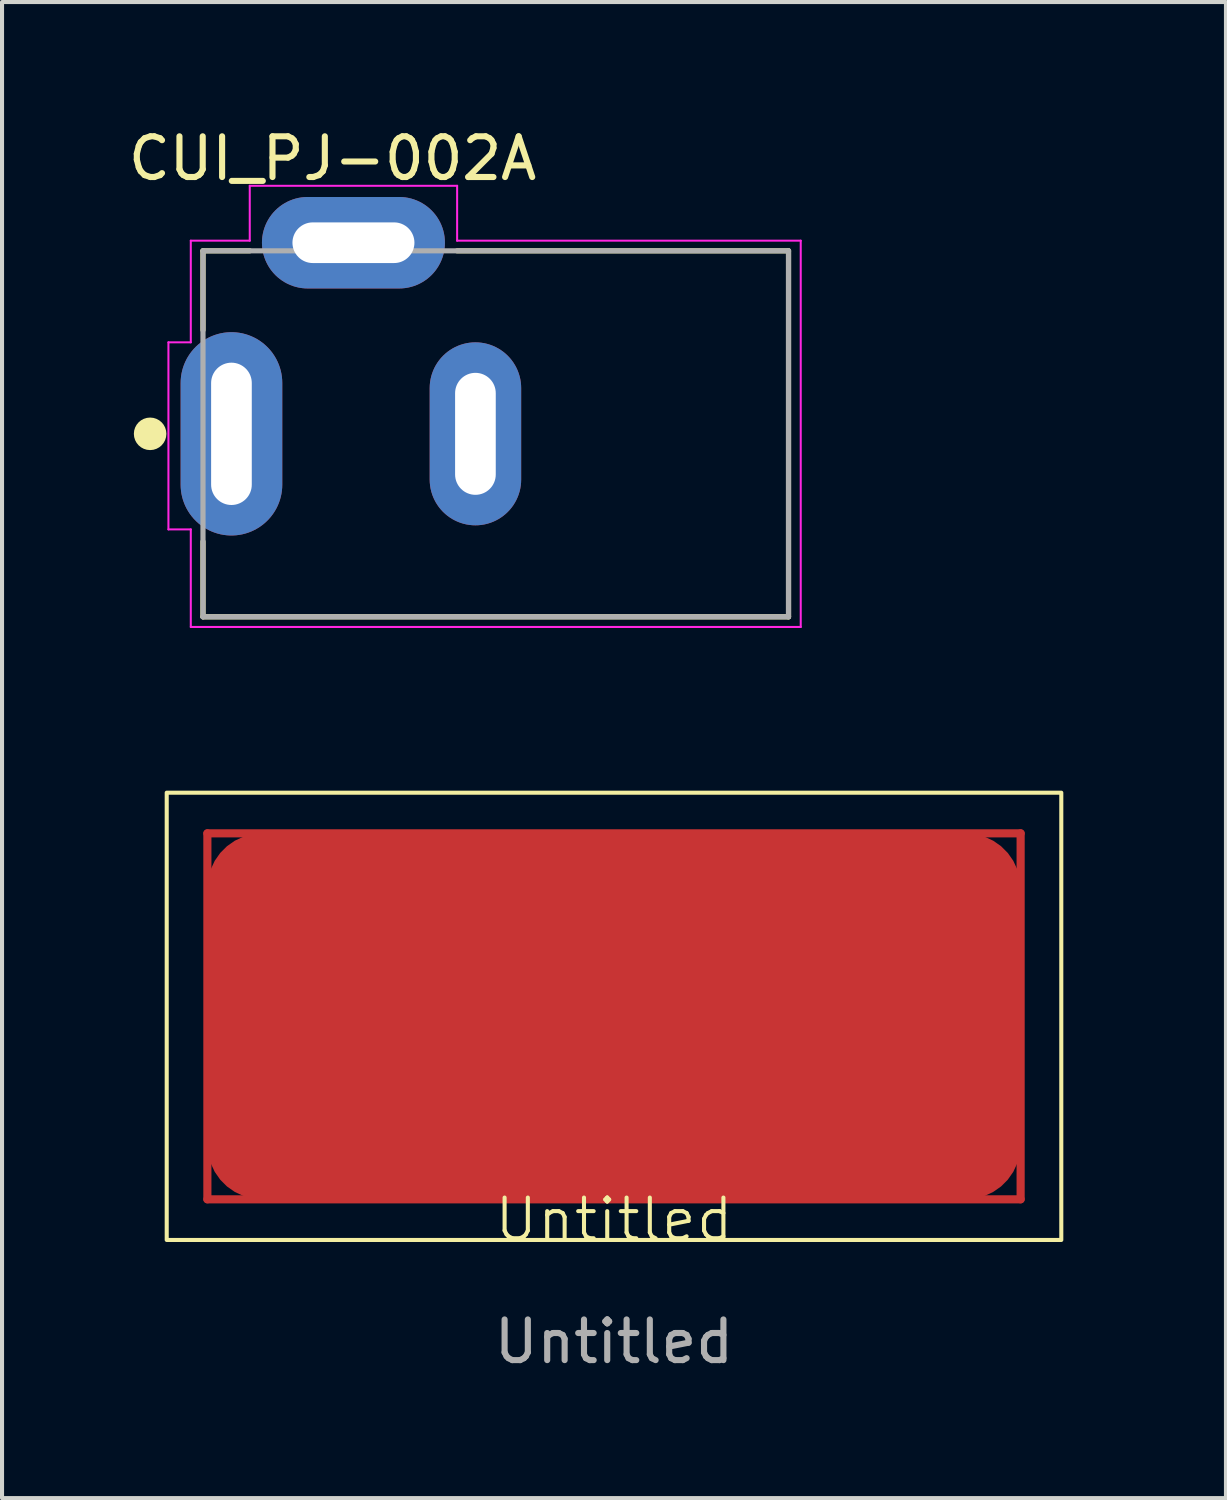
<source format=kicad_pcb>
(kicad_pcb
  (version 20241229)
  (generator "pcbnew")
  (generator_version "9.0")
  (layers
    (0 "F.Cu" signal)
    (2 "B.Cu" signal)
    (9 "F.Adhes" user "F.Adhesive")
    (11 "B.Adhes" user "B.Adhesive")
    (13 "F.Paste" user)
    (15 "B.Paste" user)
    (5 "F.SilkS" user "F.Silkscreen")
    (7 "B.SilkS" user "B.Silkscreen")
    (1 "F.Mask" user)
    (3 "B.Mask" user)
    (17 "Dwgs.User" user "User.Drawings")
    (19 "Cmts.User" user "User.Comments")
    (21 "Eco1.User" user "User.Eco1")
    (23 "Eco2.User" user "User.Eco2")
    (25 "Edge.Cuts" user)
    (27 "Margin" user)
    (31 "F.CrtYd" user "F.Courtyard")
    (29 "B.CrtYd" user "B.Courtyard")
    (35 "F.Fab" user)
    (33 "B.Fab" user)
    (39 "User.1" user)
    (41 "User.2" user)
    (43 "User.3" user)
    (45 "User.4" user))
  (footprint "CUI_PJ-002A"
    (layer "F.Cu")
    (at 2.642 7.619)
    (property "Reference" "CUI_PJ-002A" (at 2.487 -6.771 0) (layer "F.SilkS") (effects (font (size 1.001 1.001) (thickness 0.15))))
    (attr through_hole)
    (fp_line (start -0.7 -4.5) (end 0.45 -4.5) (stroke (width 0.127) (type solid)) (layer "F.SilkS"))
    (fp_line (start -0.7 -2.55) (end -0.7 -4.5) (stroke (width 0.127) (type solid)) (layer "F.SilkS"))
    (fp_line (start -0.7 4.5) (end -0.7 2.65) (stroke (width 0.127) (type solid)) (layer "F.SilkS"))
    (fp_line (start 5.55 -4.5) (end 13.7 -4.5) (stroke (width 0.127) (type solid)) (layer "F.SilkS"))
    (fp_line (start 13.7 -4.5) (end 13.7 4.5) (stroke (width 0.127) (type solid)) (layer "F.SilkS"))
    (fp_line (start 13.7 4.5) (end -0.7 4.5) (stroke (width 0.127) (type solid)) (layer "F.SilkS"))
    (fp_circle (center -2 0) (end -1.8 0) (stroke (width 0.4) (type solid)) (fill no) (layer "F.SilkS"))
    (fp_line (start -1.55 -2.25) (end -1.55 2.35) (stroke (width 0.05) (type solid)) (layer "F.CrtYd"))
    (fp_line (start -1.55 2.35) (end -1 2.35) (stroke (width 0.05) (type solid)) (layer "F.CrtYd"))
    (fp_line (start -1 -4.75) (end 0.45 -4.75) (stroke (width 0.05) (type solid)) (layer "F.CrtYd"))
    (fp_line (start -1 -2.25) (end -1.55 -2.25) (stroke (width 0.05) (type solid)) (layer "F.CrtYd"))
    (fp_line (start -1 -2.25) (end -1 -4.75) (stroke (width 0.05) (type solid)) (layer "F.CrtYd"))
    (fp_line (start -1 4.75) (end -1 2.35) (stroke (width 0.05) (type solid)) (layer "F.CrtYd"))
    (fp_line (start 0.45 -6.1) (end 5.55 -6.1) (stroke (width 0.05) (type solid)) (layer "F.CrtYd"))
    (fp_line (start 0.45 -4.75) (end 0.45 -6.1) (stroke (width 0.05) (type solid)) (layer "F.CrtYd"))
    (fp_line (start 5.55 -6.1) (end 5.55 -4.75) (stroke (width 0.05) (type solid)) (layer "F.CrtYd"))
    (fp_line (start 5.55 -4.75) (end 14 -4.75) (stroke (width 0.05) (type solid)) (layer "F.CrtYd"))
    (fp_line (start 14 -4.75) (end 14 4.75) (stroke (width 0.05) (type solid)) (layer "F.CrtYd"))
    (fp_line (start 14 4.75) (end -1 4.75) (stroke (width 0.05) (type solid)) (layer "F.CrtYd"))
    (fp_line (start -0.7 -4.5) (end 13.7 -4.5) (stroke (width 0.127) (type solid)) (layer "F.Fab"))
    (fp_line (start -0.7 4.5) (end -0.7 -4.5) (stroke (width 0.127) (type solid)) (layer "F.Fab"))
    (fp_line (start 13.7 -4.5) (end 13.7 4.5) (stroke (width 0.127) (type solid)) (layer "F.Fab"))
    (fp_line (start 13.7 4.5) (end -0.7 4.5) (stroke (width 0.127) (type solid)) (layer "F.Fab"))
    (pad "1" thru_hole oval (at 0 0) (size 2.5 5) (drill oval 1 3.5) (layers "*.Cu" "*.Mask"))
    (pad "2" thru_hole oval (at 6 0) (size 2.25 4.5) (drill oval 1 3) (layers "*.Cu" "*.Mask"))
    (pad "3" thru_hole oval (at 3 -4.7) (size 4.5 2.25) (drill oval 3 1) (layers "*.Cu" "*.Mask")))
  (footprint "Untitled"
    (layer "F.Cu")
    (at 12.05 27.444)
    (property "Reference" "Untitled" (at 0 -0.5 0) (unlocked yes) (layer "F.SilkS") (effects (font (size 1 1) (thickness 0.1))))
    (attr smd)
    (fp_line (start -10 -10) (end 10 -10) (stroke (width 0.2) (type default)) (layer "F.Cu"))
    (fp_line (start -10 -1) (end -10 -10) (stroke (width 0.2) (type default)) (layer "F.Cu"))
    (fp_line (start 10 -10) (end 10 -1) (stroke (width 0.2) (type default)) (layer "F.Cu"))
    (fp_line (start 10 -1) (end -10 -1) (stroke (width 0.2) (type default)) (layer "F.Cu"))
    (fp_rect (start -11 -11) (end 11 0) (stroke (width 0.1) (type default)) (fill no) (layer "F.SilkS"))
    (fp_rect (start -12 -12) (end 12 1) (stroke (width 0.1) (type default)) (fill no) (layer "Margin"))
    (fp_text user "${REFERENCE}" (at 0 2.5 0) (unlocked yes) (layer "F.Fab") (effects (font (size 1 1) (thickness 0.15))))
    (pad "1" smd roundrect (at 0 -5.5) (size 20 9) (property pad_prop_bga) (layers "F.Cu" "F.Mask" "F.Paste") (roundrect_rratio 0.15)))
  (gr_rect
    (start -3 -3)
    (end 27.1 33.793)
    (stroke (width 0.1) (type default))
    (fill no)
    (layer "Edge.Cuts")))
</source>
